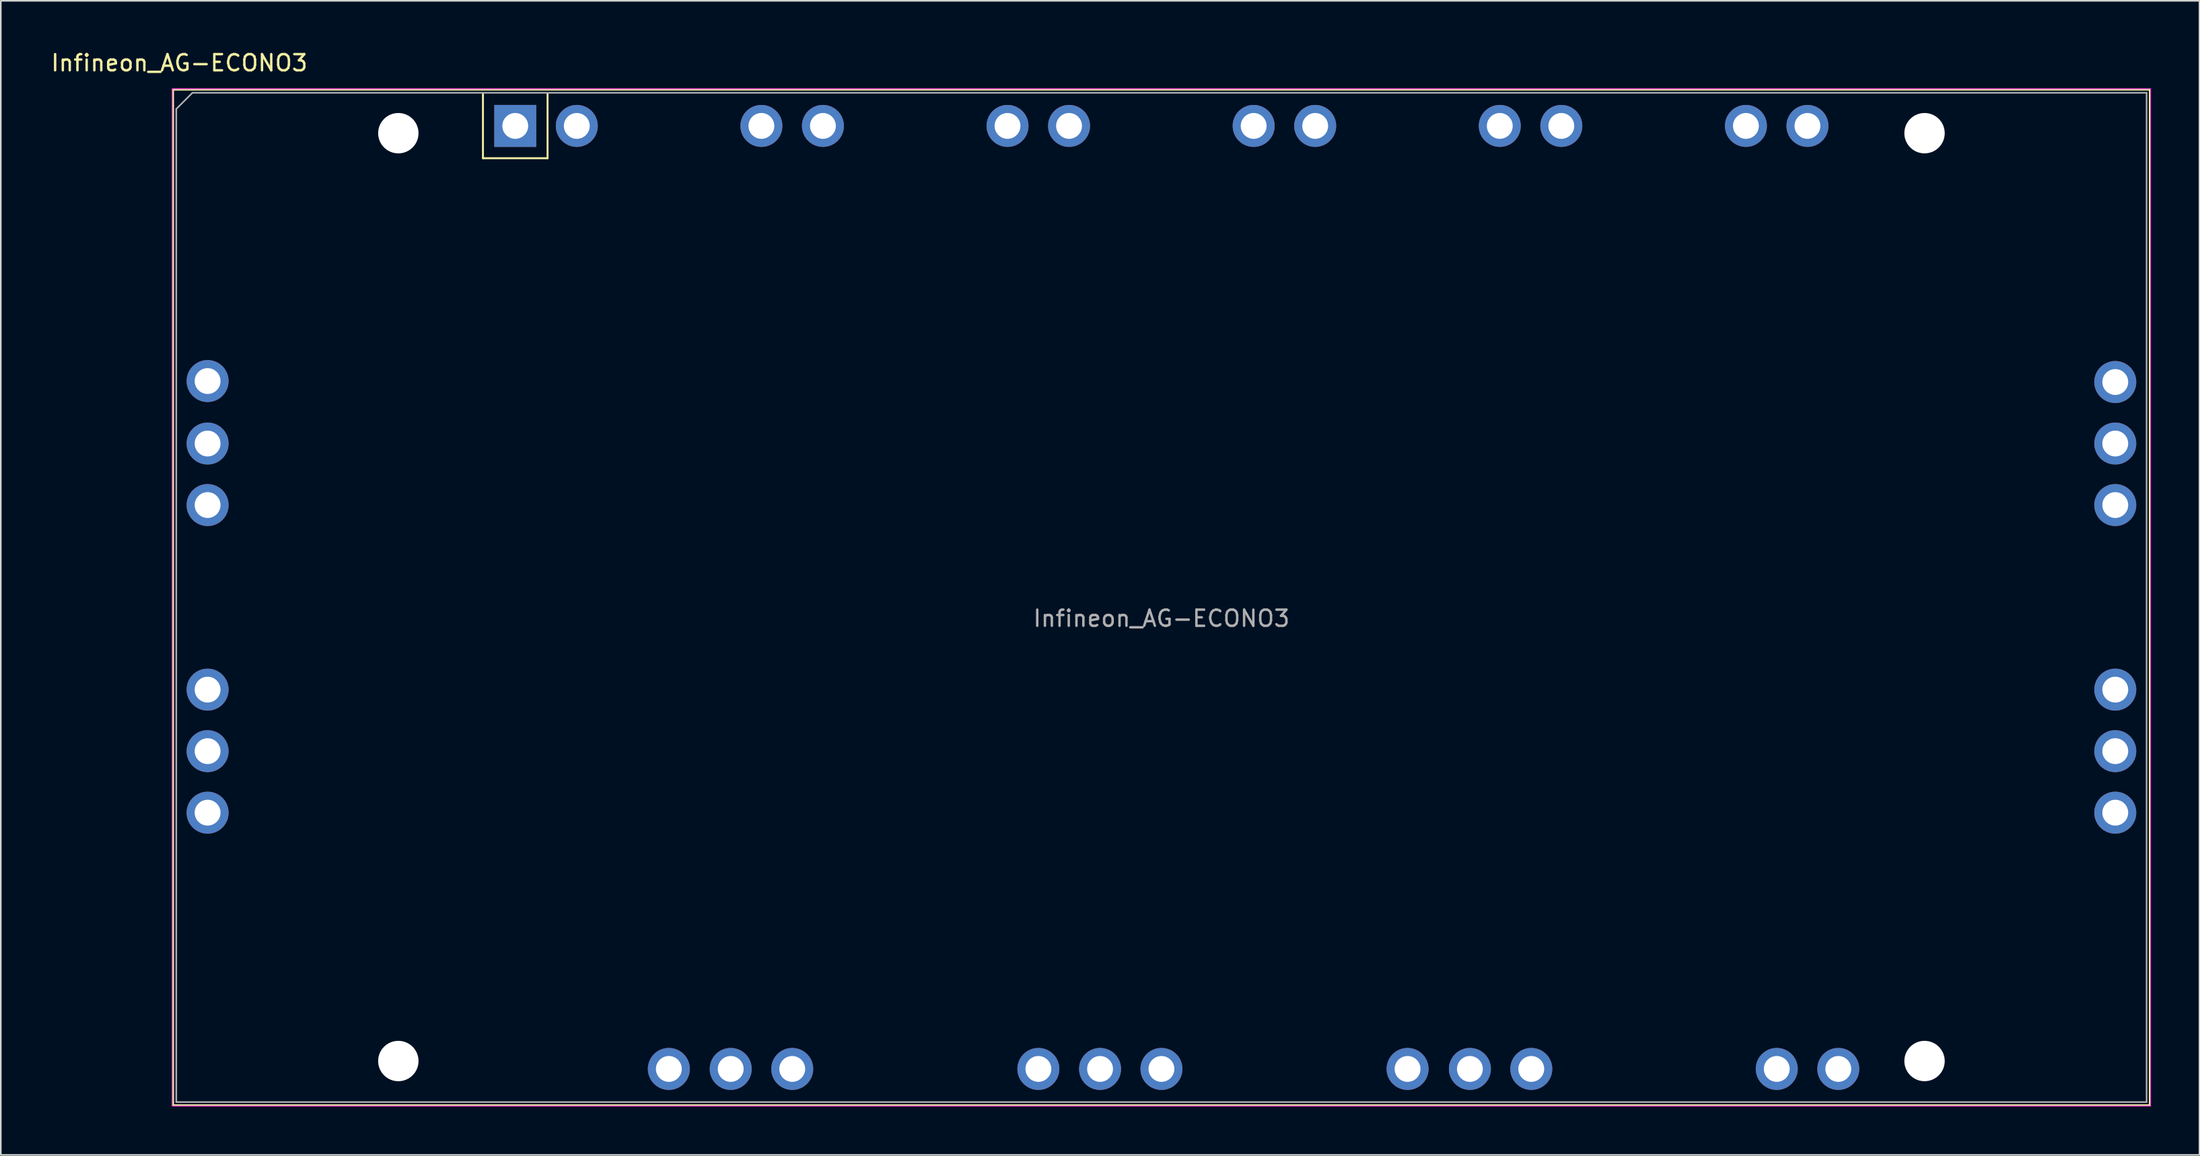
<source format=kicad_pcb>
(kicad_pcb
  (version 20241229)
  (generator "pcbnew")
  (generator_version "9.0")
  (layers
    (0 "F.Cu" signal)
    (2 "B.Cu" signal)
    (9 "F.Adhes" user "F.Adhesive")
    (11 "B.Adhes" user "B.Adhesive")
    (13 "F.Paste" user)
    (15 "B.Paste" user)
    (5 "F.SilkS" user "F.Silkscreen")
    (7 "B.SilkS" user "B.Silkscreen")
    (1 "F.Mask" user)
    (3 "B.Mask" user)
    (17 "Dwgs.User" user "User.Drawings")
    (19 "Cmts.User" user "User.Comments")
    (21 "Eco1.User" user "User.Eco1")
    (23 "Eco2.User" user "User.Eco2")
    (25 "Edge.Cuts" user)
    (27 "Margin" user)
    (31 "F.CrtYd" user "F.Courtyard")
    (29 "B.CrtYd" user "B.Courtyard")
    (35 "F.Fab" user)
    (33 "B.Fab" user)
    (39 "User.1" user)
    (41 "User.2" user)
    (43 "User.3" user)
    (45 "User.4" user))
  (footprint "Infineon_AG-ECONO3"
    (layer "F.Cu")
    (at 28.854 4.748)
    (property "Reference" "Infineon_AG-ECONO3" (at -20.8 -3.9 0) (layer "F.SilkS") (effects (font (size 1 1) (thickness 0.15))))
    (attr through_hole)
    (fp_line (start -21.19 -2.25) (end 101.21 -2.25) (stroke (width 0.12) (type solid)) (layer "F.SilkS"))
    (fp_line (start -21.19 60.65) (end -21.19 -2.25) (stroke (width 0.12) (type solid)) (layer "F.SilkS"))
    (fp_line (start -2 -2) (end -2 2) (stroke (width 0.12) (type solid)) (layer "F.SilkS"))
    (fp_line (start -2 2) (end 2 2) (stroke (width 0.12) (type solid)) (layer "F.SilkS"))
    (fp_line (start 2 2) (end 2 -2) (stroke (width 0.12) (type solid)) (layer "F.SilkS"))
    (fp_line (start 101.21 -2.25) (end 101.21 60.65) (stroke (width 0.12) (type solid)) (layer "F.SilkS"))
    (fp_line (start 101.21 60.65) (end -21.19 60.65) (stroke (width 0.12) (type solid)) (layer "F.SilkS"))
    (fp_line (start -21.24 -2.3) (end -21.24 60.7) (stroke (width 0.05) (type solid)) (layer "F.CrtYd"))
    (fp_line (start -21.24 60.7) (end 101.26 60.7) (stroke (width 0.05) (type solid)) (layer "F.CrtYd"))
    (fp_line (start 101.26 -2.3) (end -21.24 -2.3) (stroke (width 0.05) (type solid)) (layer "F.CrtYd"))
    (fp_line (start 101.26 60.7) (end 101.26 -2.3) (stroke (width 0.05) (type solid)) (layer "F.CrtYd"))
    (fp_line (start -20.99 60.45) (end -20.99 -1.05) (stroke (width 0.1) (type solid)) (layer "F.Fab"))
    (fp_line (start -19.99 -2.05) (end -20.99 -1.05) (stroke (width 0.1) (type solid)) (layer "F.Fab"))
    (fp_line (start -19.99 -2.05) (end 101.01 -2.05) (stroke (width 0.1) (type solid)) (layer "F.Fab"))
    (fp_line (start 101.01 -2.05) (end 101.01 60.45) (stroke (width 0.1) (type solid)) (layer "F.Fab"))
    (fp_line (start 101.01 60.45) (end -20.99 60.45) (stroke (width 0.1) (type solid)) (layer "F.Fab"))
    (fp_text user "${REFERENCE}" (at 40.01 30.5 180) (layer "F.Fab") (effects (font (size 1 1) (thickness 0.15))))
    (pad "" np_thru_hole circle (at -7.24 0.45) (size 2.5 2.5) (drill 2.5) (layers "*.Cu" "*.Mask"))
    (pad "" np_thru_hole circle (at -7.24 57.91) (size 2.5 2.5) (drill 2.5) (layers "*.Cu" "*.Mask"))
    (pad "" np_thru_hole circle (at 87.26 0.45) (size 2.5 2.5) (drill 2.5) (layers "*.Cu" "*.Mask"))
    (pad "" np_thru_hole circle (at 87.26 57.91) (size 2.5 2.5) (drill 2.5) (layers "*.Cu" "*.Mask"))
    (pad "1" thru_hole rect (at 0 0) (size 2.6 2.6) (drill 1.6) (layers "*.Cu" "*.Mask"))
    (pad "2" thru_hole circle (at 3.81 0) (size 2.6 2.6) (drill 1.6) (layers "*.Cu" "*.Mask"))
    (pad "3" thru_hole circle (at 15.24 0) (size 2.6 2.6) (drill 1.6) (layers "*.Cu" "*.Mask"))
    (pad "4" thru_hole circle (at 19.05 0) (size 2.6 2.6) (drill 1.6) (layers "*.Cu" "*.Mask"))
    (pad "5" thru_hole circle (at 30.48 0) (size 2.6 2.6) (drill 1.6) (layers "*.Cu" "*.Mask"))
    (pad "6" thru_hole circle (at 34.29 0) (size 2.6 2.6) (drill 1.6) (layers "*.Cu" "*.Mask"))
    (pad "7" thru_hole circle (at 45.72 0) (size 2.6 2.6) (drill 1.6) (layers "*.Cu" "*.Mask"))
    (pad "8" thru_hole circle (at 49.53 0) (size 2.6 2.6) (drill 1.6) (layers "*.Cu" "*.Mask"))
    (pad "9" thru_hole circle (at 60.96 0) (size 2.6 2.6) (drill 1.6) (layers "*.Cu" "*.Mask"))
    (pad "10" thru_hole circle (at 64.77 0) (size 2.6 2.6) (drill 1.6) (layers "*.Cu" "*.Mask"))
    (pad "11" thru_hole circle (at 76.2 0) (size 2.6 2.6) (drill 1.6) (layers "*.Cu" "*.Mask"))
    (pad "12" thru_hole circle (at 80.01 0) (size 2.6 2.6) (drill 1.6) (layers "*.Cu" "*.Mask"))
    (pad "13" thru_hole circle (at 99.07 15.86) (size 2.6 2.6) (drill 1.6) (layers "*.Cu" "*.Mask"))
    (pad "14" thru_hole circle (at 99.07 19.67) (size 2.6 2.6) (drill 1.6) (layers "*.Cu" "*.Mask"))
    (pad "15" thru_hole circle (at 99.07 23.48) (size 2.6 2.6) (drill 1.6) (layers "*.Cu" "*.Mask"))
    (pad "16" thru_hole circle (at 99.07 34.91) (size 2.6 2.6) (drill 1.6) (layers "*.Cu" "*.Mask"))
    (pad "17" thru_hole circle (at 99.07 38.72) (size 2.6 2.6) (drill 1.6) (layers "*.Cu" "*.Mask"))
    (pad "18" thru_hole circle (at 99.07 42.53) (size 2.6 2.6) (drill 1.6) (layers "*.Cu" "*.Mask"))
    (pad "19" thru_hole circle (at 81.92 58.4) (size 2.6 2.6) (drill 1.6) (layers "*.Cu" "*.Mask"))
    (pad "20" thru_hole circle (at 78.11 58.4) (size 2.6 2.6) (drill 1.6) (layers "*.Cu" "*.Mask"))
    (pad "21" thru_hole circle (at 62.91 58.4) (size 2.6 2.6) (drill 1.6) (layers "*.Cu" "*.Mask"))
    (pad "22" thru_hole circle (at 59.11 58.4) (size 2.6 2.6) (drill 1.6) (layers "*.Cu" "*.Mask"))
    (pad "23" thru_hole circle (at 55.25 58.4) (size 2.6 2.6) (drill 1.6) (layers "*.Cu" "*.Mask"))
    (pad "24" thru_hole circle (at 40.01 58.4) (size 2.6 2.6) (drill 1.6) (layers "*.Cu" "*.Mask"))
    (pad "25" thru_hole circle (at 36.21 58.4) (size 2.6 2.6) (drill 1.6) (layers "*.Cu" "*.Mask"))
    (pad "26" thru_hole circle (at 32.39 58.4) (size 2.6 2.6) (drill 1.6) (layers "*.Cu" "*.Mask"))
    (pad "27" thru_hole circle (at 17.15 58.4) (size 2.6 2.6) (drill 1.6) (layers "*.Cu" "*.Mask"))
    (pad "28" thru_hole circle (at 13.34 58.4) (size 2.6 2.6) (drill 1.6) (layers "*.Cu" "*.Mask"))
    (pad "29" thru_hole circle (at 9.51 58.4) (size 2.6 2.6) (drill 1.6) (layers "*.Cu" "*.Mask"))
    (pad "30" thru_hole circle (at -19.05 42.53) (size 2.6 2.6) (drill 1.6) (layers "*.Cu" "*.Mask"))
    (pad "31" thru_hole circle (at -19.05 38.72) (size 2.6 2.6) (drill 1.6) (layers "*.Cu" "*.Mask"))
    (pad "32" thru_hole circle (at -19.05 34.91) (size 2.6 2.6) (drill 1.6) (layers "*.Cu" "*.Mask"))
    (pad "33" thru_hole circle (at -19.05 23.48) (size 2.6 2.6) (drill 1.6) (layers "*.Cu" "*.Mask"))
    (pad "34" thru_hole circle (at -19.05 19.67) (size 2.6 2.6) (drill 1.6) (layers "*.Cu" "*.Mask"))
    (pad "35" thru_hole circle (at -19.05 15.8) (size 2.6 2.6) (drill 1.6) (layers "*.Cu" "*.Mask"))
    (zone (net_name "") (layers "F.Cu" "B.Cu") (name "MH") (hatch full 0.508) (connect_pads) (min_thickness 0.254) (filled_areas_thickness no) (keepout (tracks not_allowed) (vias not_allowed) (pads not_allowed) (copperpour not_allowed) (footprints not_allowed)) (placement (enabled no)) (fill) (polygon (pts (xy 19.369 8.948) (xy 19.349 8.488) (xy 19.291 8.03) (xy 19.196 7.579) (xy 19.062 7.138) (xy 18.893 6.709) (xy 18.688 6.296) (xy 18.449 5.902) (xy 18.178 5.529) (xy 17.877 5.18) (xy 17.547 4.857) (xy 17.192 4.563) (xy 16.813 4.3) (xy 16.414 4.07) (xy 15.997 3.873) (xy 15.565 3.713) (xy 15.121 3.589) (xy 14.668 3.502) (xy 14.209 3.454) (xy 13.748 3.444) (xy 13.288 3.473) (xy 12.832 3.541) (xy 12.383 3.646) (xy 11.945 3.789) (xy 11.52 3.967) (xy 11.111 4.181) (xy 10.722 4.428) (xy 10.355 4.707) (xy 10.012 5.015) (xy 9.696 5.351) (xy 9.41 5.713) (xy 9.155 6.097) (xy 8.933 6.501) (xy 8.745 6.922) (xy 8.594 7.357) (xy 8.479 7.804) (xy 8.402 8.258) (xy 8.363 8.718) (xy 8.363 9.179) (xy 8.402 9.638) (xy 8.479 10.093) (xy 8.594 10.539) (xy 8.745 10.975) (xy 8.933 11.396) (xy 9.155 11.8) (xy 9.41 12.184) (xy 9.696 12.545) (xy 10.012 12.881) (xy 10.355 13.19) (xy 10.722 13.469) (xy 11.111 13.716) (xy 11.52 13.929) (xy 11.945 14.108) (xy 12.383 14.25) (xy 12.832 14.356) (xy 13.288 14.423) (xy 13.748 14.452) (xy 14.209 14.442) (xy 14.668 14.394) (xy 15.121 14.308) (xy 15.565 14.184) (xy 15.997 14.023) (xy 16.414 13.827) (xy 16.813 13.596) (xy 17.192 13.333) (xy 17.547 13.039) (xy 17.877 12.717) (xy 18.178 12.368) (xy 18.449 11.995) (xy 18.688 11.6) (xy 18.893 11.187) (xy 19.062 10.759) (xy 19.196 10.317) (xy 19.291 9.866) (xy 19.349 9.409))))
    (zone (net_name "") (layers "F.Cu" "B.Cu") (name "MH") (hatch full 0.508) (connect_pads) (min_thickness 0.254) (filled_areas_thickness no) (keepout (tracks not_allowed) (vias not_allowed) (pads not_allowed) (copperpour not_allowed) (footprints not_allowed)) (placement (enabled no)) (fill) (polygon (pts (xy 19.369 58.948) (xy 19.349 58.488) (xy 19.291 58.03) (xy 19.196 57.579) (xy 19.062 57.138) (xy 18.893 56.709) (xy 18.688 56.296) (xy 18.449 55.902) (xy 18.178 55.529) (xy 17.877 55.18) (xy 17.547 54.857) (xy 17.192 54.563) (xy 16.813 54.3) (xy 16.414 54.07) (xy 15.997 53.873) (xy 15.565 53.713) (xy 15.121 53.589) (xy 14.668 53.502) (xy 14.209 53.454) (xy 13.748 53.444) (xy 13.288 53.473) (xy 12.832 53.541) (xy 12.383 53.646) (xy 11.945 53.789) (xy 11.52 53.967) (xy 11.111 54.181) (xy 10.722 54.428) (xy 10.355 54.707) (xy 10.012 55.015) (xy 9.696 55.351) (xy 9.41 55.713) (xy 9.155 56.097) (xy 8.933 56.501) (xy 8.745 56.922) (xy 8.594 57.357) (xy 8.479 57.804) (xy 8.402 58.258) (xy 8.363 58.718) (xy 8.363 59.179) (xy 8.402 59.638) (xy 8.479 60.093) (xy 8.594 60.539) (xy 8.745 60.975) (xy 8.933 61.396) (xy 9.155 61.8) (xy 9.41 62.184) (xy 9.696 62.545) (xy 10.012 62.881) (xy 10.355 63.19) (xy 10.722 63.469) (xy 11.111 63.716) (xy 11.52 63.929) (xy 11.945 64.108) (xy 12.383 64.25) (xy 12.832 64.356) (xy 13.288 64.423) (xy 13.748 64.452) (xy 14.209 64.442) (xy 14.668 64.394) (xy 15.121 64.308) (xy 15.565 64.184) (xy 15.997 64.023) (xy 16.414 63.827) (xy 16.813 63.596) (xy 17.192 63.333) (xy 17.547 63.039) (xy 17.877 62.717) (xy 18.178 62.368) (xy 18.449 61.995) (xy 18.688 61.6) (xy 18.893 61.187) (xy 19.062 60.759) (xy 19.196 60.317) (xy 19.291 59.866) (xy 19.349 59.409))))
    (zone (net_name "") (layers "F.Cu" "B.Cu") (name "MH") (hatch full 0.508) (connect_pads) (min_thickness 0.254) (filled_areas_thickness no) (keepout (tracks not_allowed) (vias not_allowed) (pads not_allowed) (copperpour not_allowed) (footprints not_allowed)) (placement (enabled no)) (fill) (polygon (pts (xy 129.369 8.948) (xy 129.349 8.488) (xy 129.291 8.03) (xy 129.196 7.579) (xy 129.062 7.138) (xy 128.893 6.709) (xy 128.688 6.296) (xy 128.449 5.902) (xy 128.178 5.529) (xy 127.877 5.18) (xy 127.547 4.857) (xy 127.192 4.563) (xy 126.813 4.3) (xy 126.414 4.07) (xy 125.997 3.873) (xy 125.565 3.713) (xy 125.121 3.589) (xy 124.668 3.502) (xy 124.209 3.454) (xy 123.748 3.444) (xy 123.288 3.473) (xy 122.832 3.541) (xy 122.383 3.646) (xy 121.945 3.789) (xy 121.52 3.967) (xy 121.111 4.181) (xy 120.722 4.428) (xy 120.355 4.707) (xy 120.012 5.015) (xy 119.696 5.351) (xy 119.41 5.713) (xy 119.155 6.097) (xy 118.933 6.501) (xy 118.745 6.922) (xy 118.594 7.357) (xy 118.479 7.804) (xy 118.402 8.258) (xy 118.363 8.718) (xy 118.363 9.179) (xy 118.402 9.638) (xy 118.479 10.093) (xy 118.594 10.539) (xy 118.745 10.975) (xy 118.933 11.396) (xy 119.155 11.8) (xy 119.41 12.184) (xy 119.696 12.545) (xy 120.012 12.881) (xy 120.355 13.19) (xy 120.722 13.469) (xy 121.111 13.716) (xy 121.52 13.929) (xy 121.945 14.108) (xy 122.383 14.25) (xy 122.832 14.356) (xy 123.288 14.423) (xy 123.748 14.452) (xy 124.209 14.442) (xy 124.668 14.394) (xy 125.121 14.308) (xy 125.565 14.184) (xy 125.997 14.023) (xy 126.414 13.827) (xy 126.813 13.596) (xy 127.192 13.333) (xy 127.547 13.039) (xy 127.877 12.717) (xy 128.178 12.368) (xy 128.449 11.995) (xy 128.688 11.6) (xy 128.893 11.187) (xy 129.062 10.759) (xy 129.196 10.317) (xy 129.291 9.866) (xy 129.349 9.409))))
    (zone (net_name "") (layers "F.Cu" "B.Cu") (name "MH") (hatch full 0.508) (connect_pads) (min_thickness 0.254) (filled_areas_thickness no) (keepout (tracks not_allowed) (vias not_allowed) (pads not_allowed) (copperpour not_allowed) (footprints not_allowed)) (placement (enabled no)) (fill) (polygon (pts (xy 129.369 58.948) (xy 129.349 58.488) (xy 129.291 58.03) (xy 129.196 57.579) (xy 129.062 57.138) (xy 128.893 56.709) (xy 128.688 56.296) (xy 128.449 55.902) (xy 128.178 55.529) (xy 127.877 55.18) (xy 127.547 54.857) (xy 127.192 54.563) (xy 126.813 54.3) (xy 126.414 54.07) (xy 125.997 53.873) (xy 125.565 53.713) (xy 125.121 53.589) (xy 124.668 53.502) (xy 124.209 53.454) (xy 123.748 53.444) (xy 123.288 53.473) (xy 122.832 53.541) (xy 122.383 53.646) (xy 121.945 53.789) (xy 121.52 53.967) (xy 121.111 54.181) (xy 120.722 54.428) (xy 120.355 54.707) (xy 120.012 55.015) (xy 119.696 55.351) (xy 119.41 55.713) (xy 119.155 56.097) (xy 118.933 56.501) (xy 118.745 56.922) (xy 118.594 57.357) (xy 118.479 57.804) (xy 118.402 58.258) (xy 118.363 58.718) (xy 118.363 59.179) (xy 118.402 59.638) (xy 118.479 60.093) (xy 118.594 60.539) (xy 118.745 60.975) (xy 118.933 61.396) (xy 119.155 61.8) (xy 119.41 62.184) (xy 119.696 62.545) (xy 120.012 62.881) (xy 120.355 63.19) (xy 120.722 63.469) (xy 121.111 63.716) (xy 121.52 63.929) (xy 121.945 64.108) (xy 122.383 64.25) (xy 122.832 64.356) (xy 123.288 64.423) (xy 123.748 64.452) (xy 124.209 64.442) (xy 124.668 64.394) (xy 125.121 64.308) (xy 125.565 64.184) (xy 125.997 64.023) (xy 126.414 63.827) (xy 126.813 63.596) (xy 127.192 63.333) (xy 127.547 63.039) (xy 127.877 62.717) (xy 128.178 62.368) (xy 128.449 61.995) (xy 128.688 61.6) (xy 128.893 61.187) (xy 129.062 60.759) (xy 129.196 60.317) (xy 129.291 59.866) (xy 129.349 59.409)))))
  (gr_rect
    (start -3 -3)
    (end 133.139 68.473)
    (stroke (width 0.1) (type default))
    (fill no)
    (layer "Edge.Cuts")))
</source>
